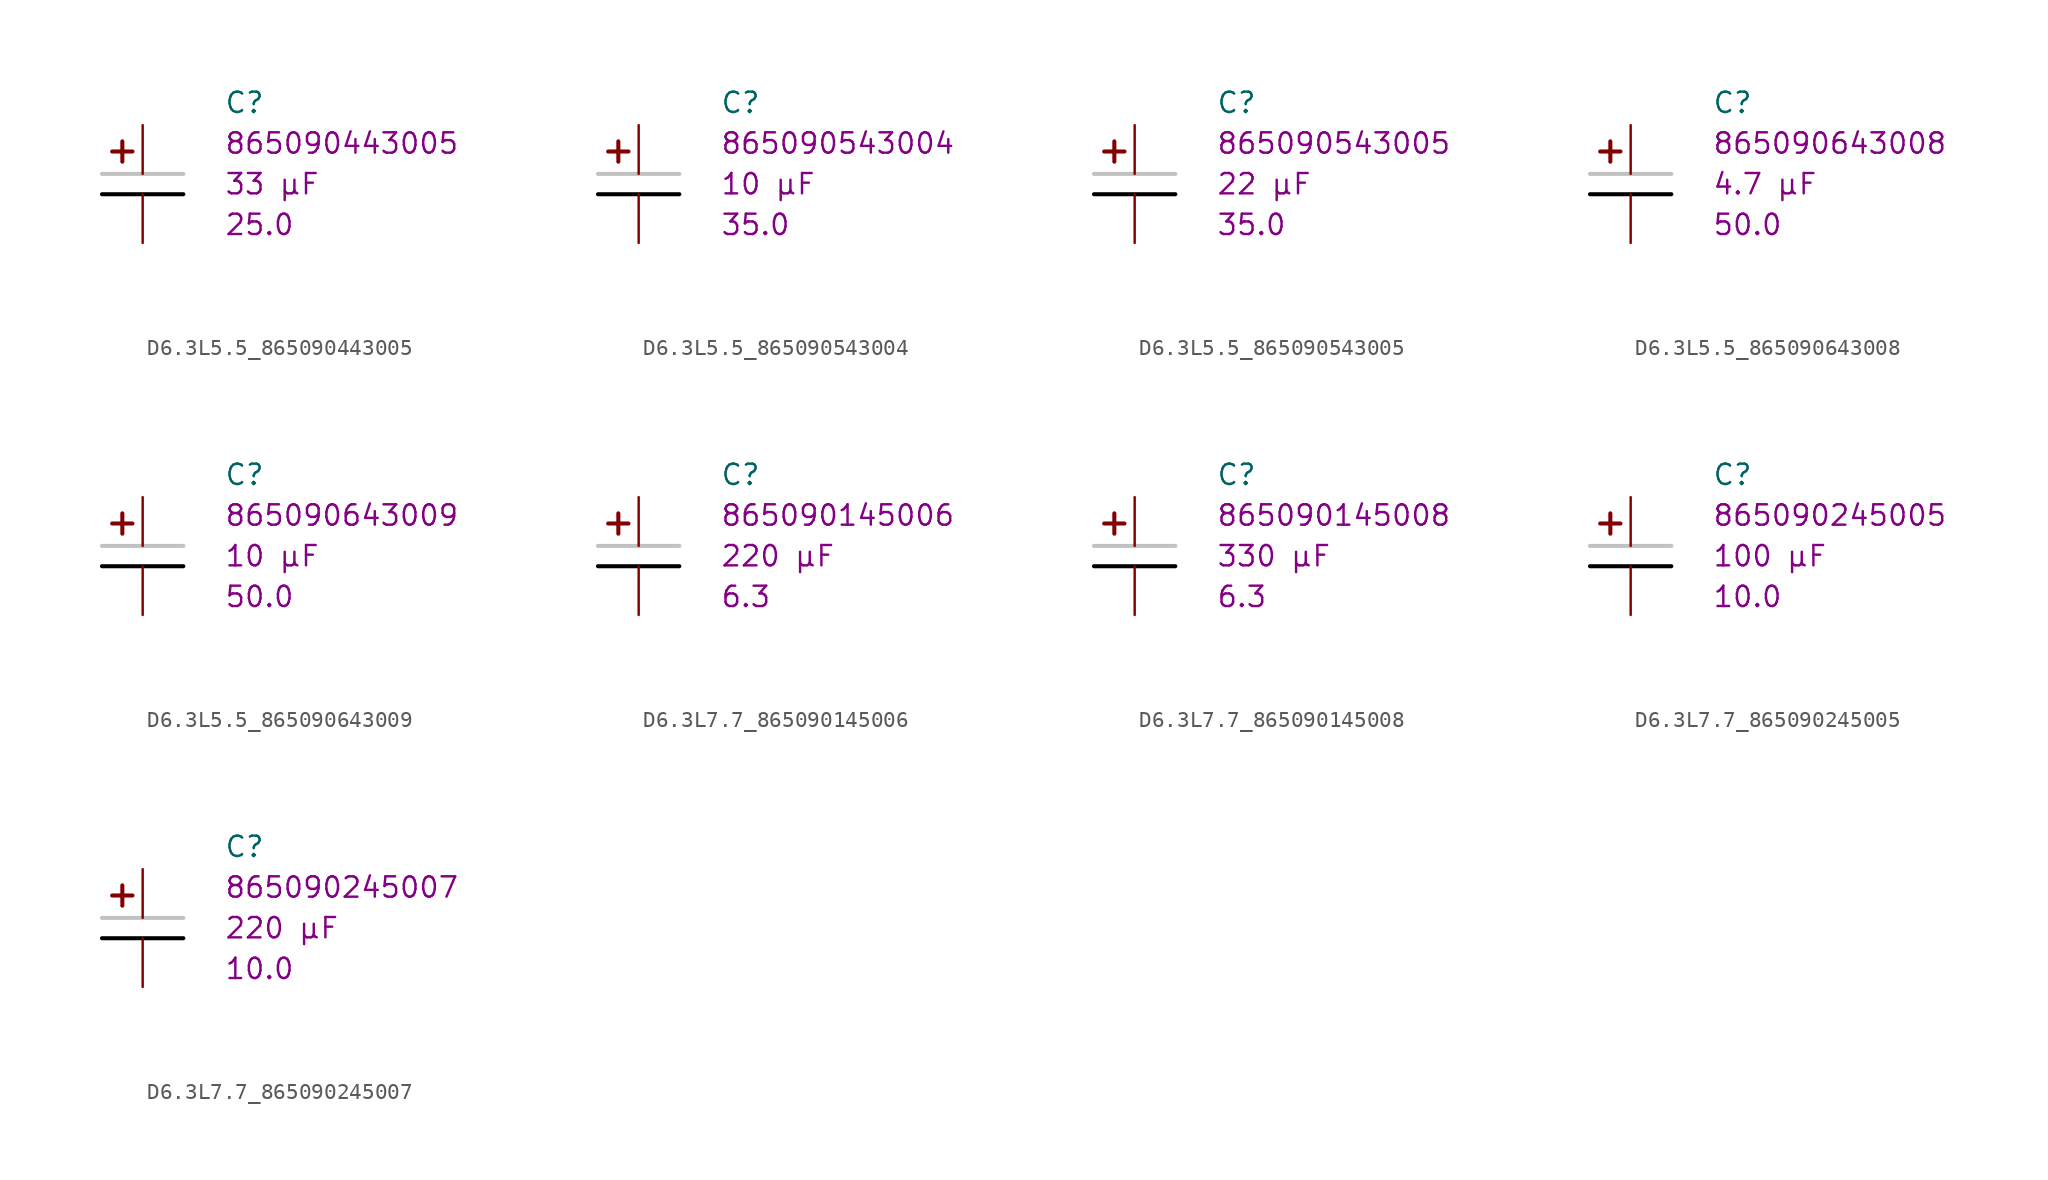
<source format=kicad_sym>
(kicad_symbol_lib
  (version 20220914)
  (generator kicad_symbol_editor)
  (symbol "D6.3L5.5_865090443005"
    (pin_numbers hide)
    (pin_names hide)
    (property "Reference" "C"
      (at 5.08 5.08 0)
      (effects (font (size 1.27 1.27)) (justify left)))
    (property "Part Number" "865090443005"
      (at 5.08 2.54 0)
      (effects (font (size 1.27 1.27)) (justify left)))
    (property "Capacitance" "33 µF"
      (at 5.08 0 0)
      (effects (font (size 1.27 1.27)) (justify left)))
    (property "Voltage" "25.0"
      (at 5.08 -2.54 0)
      (effects (font (size 1.27 1.27)) (justify left)))
    (property "Critical Parameter" ""
      (at 0 -7.62 0)
      (effects (font (size 1.27 1.27))))
    (symbol "D6.3L5.5_865090443005_1_1"
      (polyline (pts (xy -1.27 2.667) (xy -1.27 1.397)) (stroke (width 0.254) (type default)) (fill (type none)))
      (polyline (pts (xy -0.635 2.032) (xy -1.905 2.032)) (stroke (width 0.254) (type default)) (fill (type none)))
      (polyline (pts (xy 2.54 -0.635) (xy -2.54 -0.635)) (stroke (width 0.254) (type default) (color 0 0 0 1)) (fill (type none)))
      (polyline (pts (xy 2.54 0.635) (xy -2.54 0.635)) (stroke (width 0.254) (type default) (color 194 194 194 1)) (fill (type none)))
      (pin passive line (at 0 3.679 270) (length 3.044) (name "1" (effects (font (size 1.27 1.27)))) (number "1" (effects (font (size 1.27 1.27)))))
      (pin passive line (at 0 -3.679 90) (length 3.044) (name "2" (effects (font (size 1.27 1.27)))) (number "2" (effects (font (size 1.27 1.27)))))))
  (symbol "D6.3L5.5_865090543004"
    (pin_numbers hide)
    (pin_names hide)
    (property "Reference" "C"
      (at 5.08 5.08 0)
      (effects (font (size 1.27 1.27)) (justify left)))
    (property "Part Number" "865090543004"
      (at 5.08 2.54 0)
      (effects (font (size 1.27 1.27)) (justify left)))
    (property "Capacitance" "10 µF"
      (at 5.08 0 0)
      (effects (font (size 1.27 1.27)) (justify left)))
    (property "Voltage" "35.0"
      (at 5.08 -2.54 0)
      (effects (font (size 1.27 1.27)) (justify left)))
    (property "Critical Parameter" ""
      (at 0 -7.62 0)
      (effects (font (size 1.27 1.27))))
    (symbol "D6.3L5.5_865090543004_1_1"
      (polyline (pts (xy -1.27 2.667) (xy -1.27 1.397)) (stroke (width 0.254) (type default)) (fill (type none)))
      (polyline (pts (xy -0.635 2.032) (xy -1.905 2.032)) (stroke (width 0.254) (type default)) (fill (type none)))
      (polyline (pts (xy 2.54 -0.635) (xy -2.54 -0.635)) (stroke (width 0.254) (type default) (color 0 0 0 1)) (fill (type none)))
      (polyline (pts (xy 2.54 0.635) (xy -2.54 0.635)) (stroke (width 0.254) (type default) (color 194 194 194 1)) (fill (type none)))
      (pin passive line (at 0 3.679 270) (length 3.044) (name "1" (effects (font (size 1.27 1.27)))) (number "1" (effects (font (size 1.27 1.27)))))
      (pin passive line (at 0 -3.679 90) (length 3.044) (name "2" (effects (font (size 1.27 1.27)))) (number "2" (effects (font (size 1.27 1.27)))))))
  (symbol "D6.3L5.5_865090543005"
    (pin_numbers hide)
    (pin_names hide)
    (property "Reference" "C"
      (at 5.08 5.08 0)
      (effects (font (size 1.27 1.27)) (justify left)))
    (property "Part Number" "865090543005"
      (at 5.08 2.54 0)
      (effects (font (size 1.27 1.27)) (justify left)))
    (property "Capacitance" "22 µF"
      (at 5.08 0 0)
      (effects (font (size 1.27 1.27)) (justify left)))
    (property "Voltage" "35.0"
      (at 5.08 -2.54 0)
      (effects (font (size 1.27 1.27)) (justify left)))
    (property "Critical Parameter" ""
      (at 0 -7.62 0)
      (effects (font (size 1.27 1.27))))
    (symbol "D6.3L5.5_865090543005_1_1"
      (polyline (pts (xy -1.27 2.667) (xy -1.27 1.397)) (stroke (width 0.254) (type default)) (fill (type none)))
      (polyline (pts (xy -0.635 2.032) (xy -1.905 2.032)) (stroke (width 0.254) (type default)) (fill (type none)))
      (polyline (pts (xy 2.54 -0.635) (xy -2.54 -0.635)) (stroke (width 0.254) (type default) (color 0 0 0 1)) (fill (type none)))
      (polyline (pts (xy 2.54 0.635) (xy -2.54 0.635)) (stroke (width 0.254) (type default) (color 194 194 194 1)) (fill (type none)))
      (pin passive line (at 0 3.679 270) (length 3.044) (name "1" (effects (font (size 1.27 1.27)))) (number "1" (effects (font (size 1.27 1.27)))))
      (pin passive line (at 0 -3.679 90) (length 3.044) (name "2" (effects (font (size 1.27 1.27)))) (number "2" (effects (font (size 1.27 1.27)))))))
  (symbol "D6.3L5.5_865090643008"
    (pin_numbers hide)
    (pin_names hide)
    (property "Reference" "C"
      (at 5.08 5.08 0)
      (effects (font (size 1.27 1.27)) (justify left)))
    (property "Part Number" "865090643008"
      (at 5.08 2.54 0)
      (effects (font (size 1.27 1.27)) (justify left)))
    (property "Capacitance" "4.7 µF"
      (at 5.08 0 0)
      (effects (font (size 1.27 1.27)) (justify left)))
    (property "Voltage" "50.0"
      (at 5.08 -2.54 0)
      (effects (font (size 1.27 1.27)) (justify left)))
    (property "Critical Parameter" ""
      (at 0 -7.62 0)
      (effects (font (size 1.27 1.27))))
    (symbol "D6.3L5.5_865090643008_1_1"
      (polyline (pts (xy -1.27 2.667) (xy -1.27 1.397)) (stroke (width 0.254) (type default)) (fill (type none)))
      (polyline (pts (xy -0.635 2.032) (xy -1.905 2.032)) (stroke (width 0.254) (type default)) (fill (type none)))
      (polyline (pts (xy 2.54 -0.635) (xy -2.54 -0.635)) (stroke (width 0.254) (type default) (color 0 0 0 1)) (fill (type none)))
      (polyline (pts (xy 2.54 0.635) (xy -2.54 0.635)) (stroke (width 0.254) (type default) (color 194 194 194 1)) (fill (type none)))
      (pin passive line (at 0 3.679 270) (length 3.044) (name "1" (effects (font (size 1.27 1.27)))) (number "1" (effects (font (size 1.27 1.27)))))
      (pin passive line (at 0 -3.679 90) (length 3.044) (name "2" (effects (font (size 1.27 1.27)))) (number "2" (effects (font (size 1.27 1.27)))))))
  (symbol "D6.3L5.5_865090643009"
    (pin_numbers hide)
    (pin_names hide)
    (property "Reference" "C"
      (at 5.08 5.08 0)
      (effects (font (size 1.27 1.27)) (justify left)))
    (property "Part Number" "865090643009"
      (at 5.08 2.54 0)
      (effects (font (size 1.27 1.27)) (justify left)))
    (property "Capacitance" "10 µF"
      (at 5.08 0 0)
      (effects (font (size 1.27 1.27)) (justify left)))
    (property "Voltage" "50.0"
      (at 5.08 -2.54 0)
      (effects (font (size 1.27 1.27)) (justify left)))
    (property "Critical Parameter" ""
      (at 0 -7.62 0)
      (effects (font (size 1.27 1.27))))
    (symbol "D6.3L5.5_865090643009_1_1"
      (polyline (pts (xy -1.27 2.667) (xy -1.27 1.397)) (stroke (width 0.254) (type default)) (fill (type none)))
      (polyline (pts (xy -0.635 2.032) (xy -1.905 2.032)) (stroke (width 0.254) (type default)) (fill (type none)))
      (polyline (pts (xy 2.54 -0.635) (xy -2.54 -0.635)) (stroke (width 0.254) (type default) (color 0 0 0 1)) (fill (type none)))
      (polyline (pts (xy 2.54 0.635) (xy -2.54 0.635)) (stroke (width 0.254) (type default) (color 194 194 194 1)) (fill (type none)))
      (pin passive line (at 0 3.679 270) (length 3.044) (name "1" (effects (font (size 1.27 1.27)))) (number "1" (effects (font (size 1.27 1.27)))))
      (pin passive line (at 0 -3.679 90) (length 3.044) (name "2" (effects (font (size 1.27 1.27)))) (number "2" (effects (font (size 1.27 1.27)))))))
  (symbol "D6.3L7.7_865090145006"
    (pin_numbers hide)
    (pin_names hide)
    (property "Reference" "C"
      (at 5.08 5.08 0)
      (effects (font (size 1.27 1.27)) (justify left)))
    (property "Part Number" "865090145006"
      (at 5.08 2.54 0)
      (effects (font (size 1.27 1.27)) (justify left)))
    (property "Capacitance" "220 µF"
      (at 5.08 0 0)
      (effects (font (size 1.27 1.27)) (justify left)))
    (property "Voltage" "6.3"
      (at 5.08 -2.54 0)
      (effects (font (size 1.27 1.27)) (justify left)))
    (property "Critical Parameter" ""
      (at 0 -7.62 0)
      (effects (font (size 1.27 1.27))))
    (symbol "D6.3L7.7_865090145006_1_1"
      (polyline (pts (xy -1.27 2.667) (xy -1.27 1.397)) (stroke (width 0.254) (type default)) (fill (type none)))
      (polyline (pts (xy -0.635 2.032) (xy -1.905 2.032)) (stroke (width 0.254) (type default)) (fill (type none)))
      (polyline (pts (xy 2.54 -0.635) (xy -2.54 -0.635)) (stroke (width 0.254) (type default) (color 0 0 0 1)) (fill (type none)))
      (polyline (pts (xy 2.54 0.635) (xy -2.54 0.635)) (stroke (width 0.254) (type default) (color 194 194 194 1)) (fill (type none)))
      (pin passive line (at 0 3.679 270) (length 3.044) (name "1" (effects (font (size 1.27 1.27)))) (number "1" (effects (font (size 1.27 1.27)))))
      (pin passive line (at 0 -3.679 90) (length 3.044) (name "2" (effects (font (size 1.27 1.27)))) (number "2" (effects (font (size 1.27 1.27)))))))
  (symbol "D6.3L7.7_865090145008"
    (pin_numbers hide)
    (pin_names hide)
    (property "Reference" "C"
      (at 5.08 5.08 0)
      (effects (font (size 1.27 1.27)) (justify left)))
    (property "Part Number" "865090145008"
      (at 5.08 2.54 0)
      (effects (font (size 1.27 1.27)) (justify left)))
    (property "Capacitance" "330 µF"
      (at 5.08 0 0)
      (effects (font (size 1.27 1.27)) (justify left)))
    (property "Voltage" "6.3"
      (at 5.08 -2.54 0)
      (effects (font (size 1.27 1.27)) (justify left)))
    (property "Critical Parameter" ""
      (at 0 -7.62 0)
      (effects (font (size 1.27 1.27))))
    (symbol "D6.3L7.7_865090145008_1_1"
      (polyline (pts (xy -1.27 2.667) (xy -1.27 1.397)) (stroke (width 0.254) (type default)) (fill (type none)))
      (polyline (pts (xy -0.635 2.032) (xy -1.905 2.032)) (stroke (width 0.254) (type default)) (fill (type none)))
      (polyline (pts (xy 2.54 -0.635) (xy -2.54 -0.635)) (stroke (width 0.254) (type default) (color 0 0 0 1)) (fill (type none)))
      (polyline (pts (xy 2.54 0.635) (xy -2.54 0.635)) (stroke (width 0.254) (type default) (color 194 194 194 1)) (fill (type none)))
      (pin passive line (at 0 3.679 270) (length 3.044) (name "1" (effects (font (size 1.27 1.27)))) (number "1" (effects (font (size 1.27 1.27)))))
      (pin passive line (at 0 -3.679 90) (length 3.044) (name "2" (effects (font (size 1.27 1.27)))) (number "2" (effects (font (size 1.27 1.27)))))))
  (symbol "D6.3L7.7_865090245005"
    (pin_numbers hide)
    (pin_names hide)
    (property "Reference" "C"
      (at 5.08 5.08 0)
      (effects (font (size 1.27 1.27)) (justify left)))
    (property "Part Number" "865090245005"
      (at 5.08 2.54 0)
      (effects (font (size 1.27 1.27)) (justify left)))
    (property "Capacitance" "100 µF"
      (at 5.08 0 0)
      (effects (font (size 1.27 1.27)) (justify left)))
    (property "Voltage" "10.0"
      (at 5.08 -2.54 0)
      (effects (font (size 1.27 1.27)) (justify left)))
    (property "Critical Parameter" ""
      (at 0 -7.62 0)
      (effects (font (size 1.27 1.27))))
    (symbol "D6.3L7.7_865090245005_1_1"
      (polyline (pts (xy -1.27 2.667) (xy -1.27 1.397)) (stroke (width 0.254) (type default)) (fill (type none)))
      (polyline (pts (xy -0.635 2.032) (xy -1.905 2.032)) (stroke (width 0.254) (type default)) (fill (type none)))
      (polyline (pts (xy 2.54 -0.635) (xy -2.54 -0.635)) (stroke (width 0.254) (type default) (color 0 0 0 1)) (fill (type none)))
      (polyline (pts (xy 2.54 0.635) (xy -2.54 0.635)) (stroke (width 0.254) (type default) (color 194 194 194 1)) (fill (type none)))
      (pin passive line (at 0 3.679 270) (length 3.044) (name "1" (effects (font (size 1.27 1.27)))) (number "1" (effects (font (size 1.27 1.27)))))
      (pin passive line (at 0 -3.679 90) (length 3.044) (name "2" (effects (font (size 1.27 1.27)))) (number "2" (effects (font (size 1.27 1.27)))))))
  (symbol "D6.3L7.7_865090245007"
    (pin_numbers hide)
    (pin_names hide)
    (property "Reference" "C"
      (at 5.08 5.08 0)
      (effects (font (size 1.27 1.27)) (justify left)))
    (property "Part Number" "865090245007"
      (at 5.08 2.54 0)
      (effects (font (size 1.27 1.27)) (justify left)))
    (property "Capacitance" "220 µF"
      (at 5.08 0 0)
      (effects (font (size 1.27 1.27)) (justify left)))
    (property "Voltage" "10.0"
      (at 5.08 -2.54 0)
      (effects (font (size 1.27 1.27)) (justify left)))
    (property "Critical Parameter" ""
      (at 0 -7.62 0)
      (effects (font (size 1.27 1.27))))
    (symbol "D6.3L7.7_865090245007_1_1"
      (polyline (pts (xy -1.27 2.667) (xy -1.27 1.397)) (stroke (width 0.254) (type default)) (fill (type none)))
      (polyline (pts (xy -0.635 2.032) (xy -1.905 2.032)) (stroke (width 0.254) (type default)) (fill (type none)))
      (polyline (pts (xy 2.54 -0.635) (xy -2.54 -0.635)) (stroke (width 0.254) (type default) (color 0 0 0 1)) (fill (type none)))
      (polyline (pts (xy 2.54 0.635) (xy -2.54 0.635)) (stroke (width 0.254) (type default) (color 194 194 194 1)) (fill (type none)))
      (pin passive line (at 0 3.679 270) (length 3.044) (name "1" (effects (font (size 1.27 1.27)))) (number "1" (effects (font (size 1.27 1.27)))))
      (pin passive line (at 0 -3.679 90) (length 3.044) (name "2" (effects (font (size 1.27 1.27)))) (number "2" (effects (font (size 1.27 1.27))))))))
</source>
